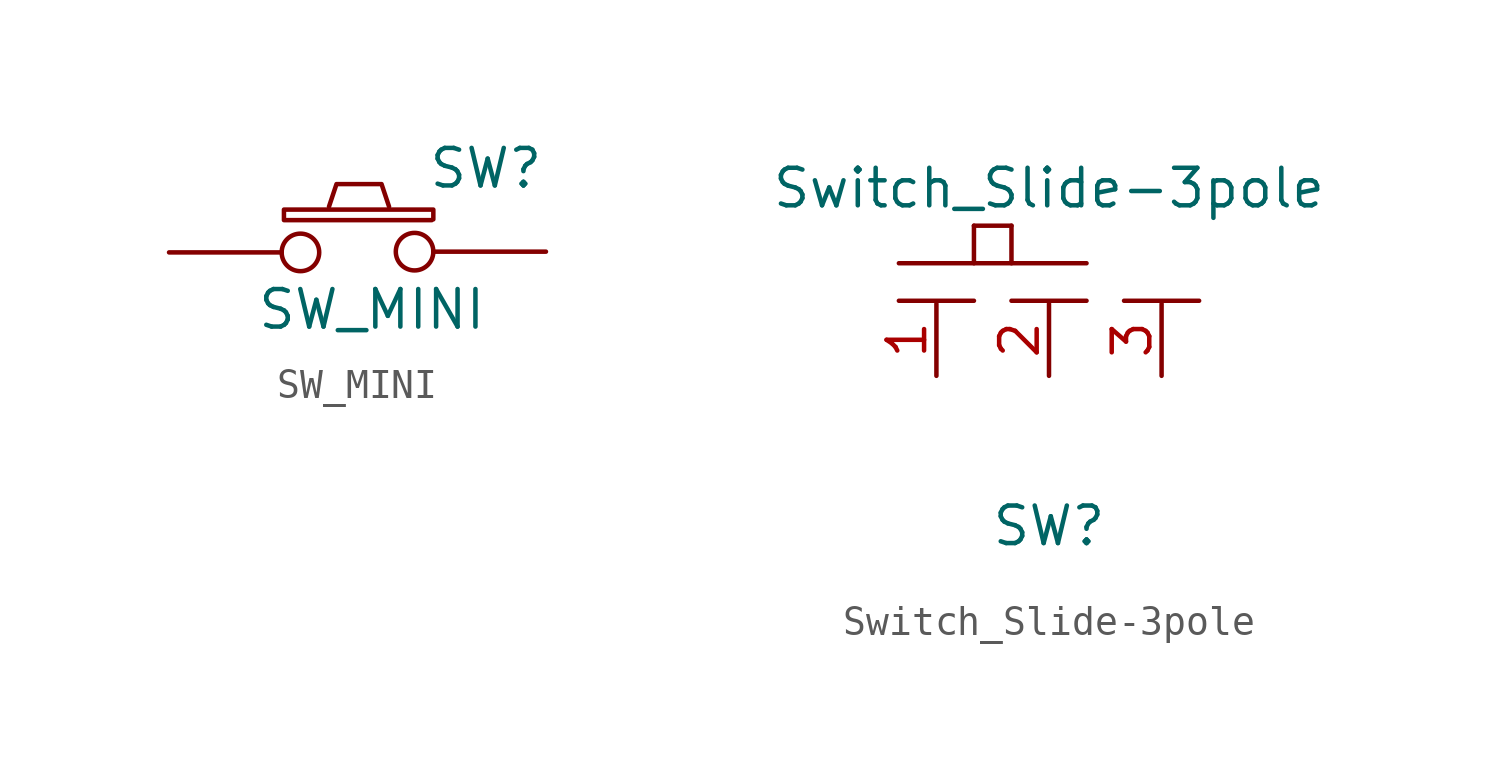
<source format=kicad_sym>
(kicad_symbol_lib
  (version 20211014)
  (generator kicad_symbol_editor)
  (symbol "SW_MINI"
    (pin_numbers hide)
    (pin_names
      (offset 1.016) hide)
    (property "Reference" "SW"
      (at 4.267 2.845 0)
      (effects (font (size 1.27 1.27))))
    (property "Value" "SW_MINI"
      (at 0.406 -1.93 0)
      (effects (font (size 1.27 1.27))))
    (property "Footprint" ""
      (at -1.321 0.025 0)
      (effects (font (size 1.524 1.524))))
    (property "Datasheet" ""
      (at -1.321 0.025 0)
      (effects (font (size 1.524 1.524))))
    (symbol "SW_MINI_0_1"
      (polyline (pts (xy -1.041 1.549) (xy -0.787 2.311) (xy 0.737 2.311) (xy 0.991 1.549)) (stroke (width 0) (type default) (color 0 0 0 0)) (fill (type none)))
      (polyline (pts (xy 2.438 1.092) (xy -2.565 1.092) (xy -2.565 1.448) (xy 2.489 1.448) (xy 2.489 1.118)) (stroke (width 0) (type default) (color 0 0 0 0)) (fill (type none)))
      (pin passive inverted (at -6.452 0 0) (length 5.08) (name "1" (effects (font (size 1.524 1.524)))) (number "1" (effects (font (size 1.524 1.524)))))
      (pin passive inverted (at 6.299 0.025 180) (length 5.08) (name "2" (effects (font (size 1.524 1.524)))) (number "2" (effects (font (size 1.524 1.524)))))))
  (symbol "Switch_Slide-3pole"
    (pin_names
      (offset 1.016))
    (property "Reference" "SW"
      (at 0 -7.62 0)
      (effects (font (size 1.27 1.27))))
    (property "Value" "Switch_Slide-3pole"
      (at 0 3.81 0)
      (effects (font (size 1.27 1.27))))
    (symbol "Switch_Slide-3pole_0_1"
      (rectangle (start -5.08 1.27) (end 1.27 1.27) (stroke (width 0) (type default) (color 0 0 0 0)) (fill (type none)))
      (rectangle (start -2.54 0) (end -5.08 0) (stroke (width 0) (type default) (color 0 0 0 0)) (fill (type none)))
      (rectangle (start -2.54 1.27) (end -2.54 2.54) (stroke (width 0) (type default) (color 0 0 0 0)) (fill (type none)))
      (rectangle (start -2.54 2.54) (end -1.27 2.54) (stroke (width 0) (type default) (color 0 0 0 0)) (fill (type none)))
      (rectangle (start -1.27 2.54) (end -1.27 1.27) (stroke (width 0) (type default) (color 0 0 0 0)) (fill (type none)))
      (rectangle (start 1.27 0) (end -1.27 0) (stroke (width 0) (type default) (color 0 0 0 0)) (fill (type none)))
      (rectangle (start 5.08 0) (end 2.54 0) (stroke (width 0) (type default) (color 0 0 0 0)) (fill (type none))))
    (symbol "Switch_Slide-3pole_1_1"
      (pin input line (at -3.81 -2.54 90) (length 2.438) (name "~" (effects (font (size 1.27 1.27)))) (number "1" (effects (font (size 1.27 1.27)))))
      (pin input line (at 0 -2.54 90) (length 2.438) (name "~" (effects (font (size 1.27 1.27)))) (number "2" (effects (font (size 1.27 1.27)))))
      (pin input line (at 3.81 -2.54 90) (length 2.438) (name "~" (effects (font (size 1.27 1.27)))) (number "3" (effects (font (size 1.27 1.27))))))))
</source>
